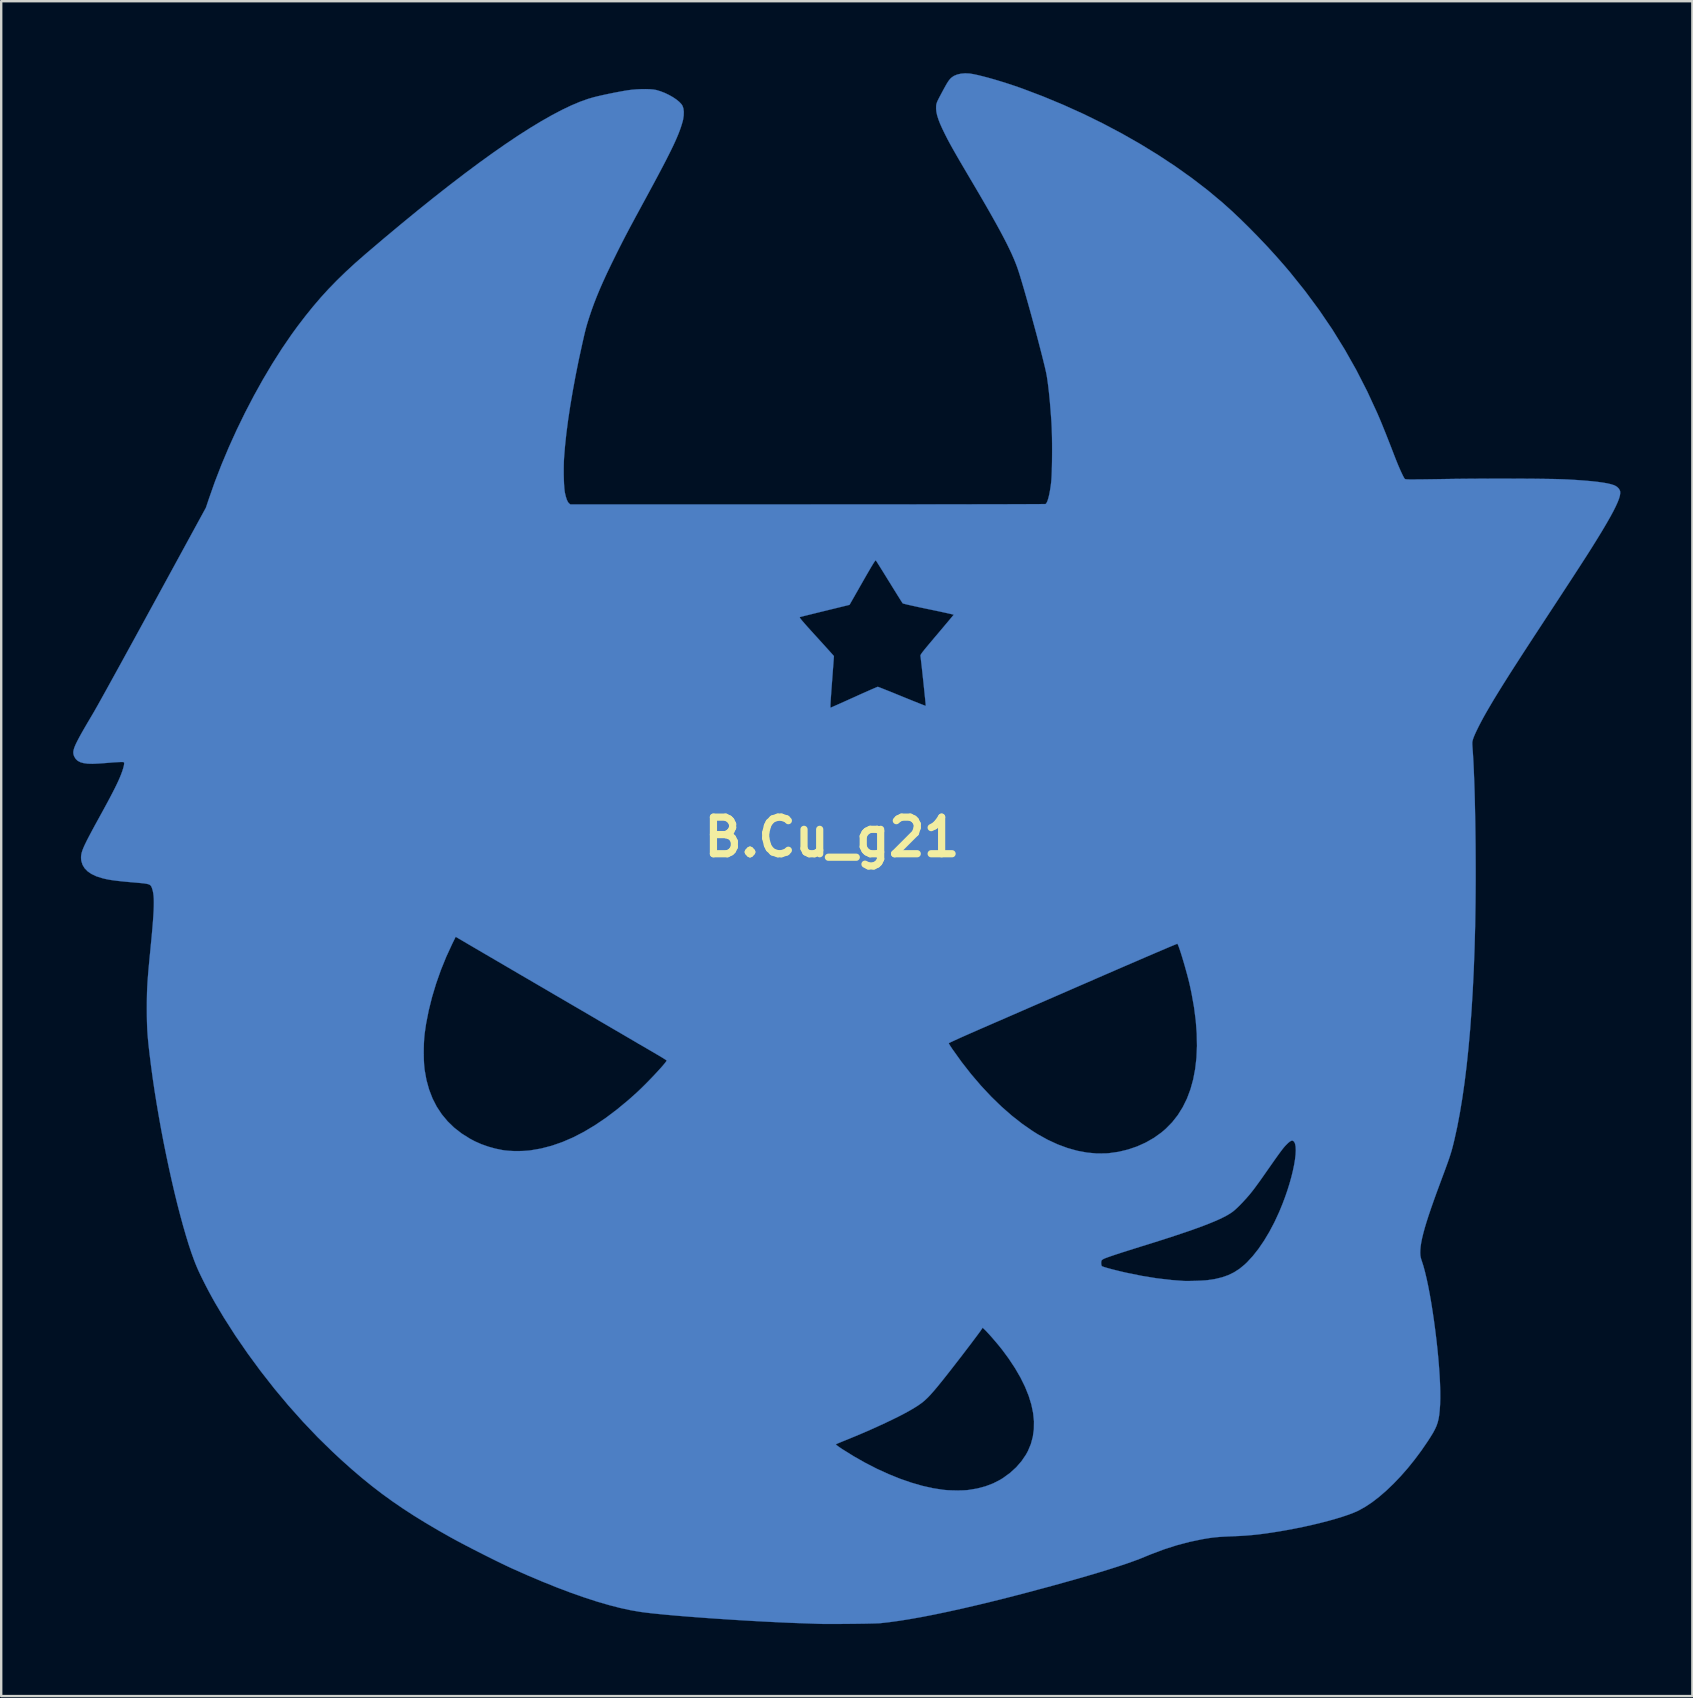
<source format=kicad_pcb>
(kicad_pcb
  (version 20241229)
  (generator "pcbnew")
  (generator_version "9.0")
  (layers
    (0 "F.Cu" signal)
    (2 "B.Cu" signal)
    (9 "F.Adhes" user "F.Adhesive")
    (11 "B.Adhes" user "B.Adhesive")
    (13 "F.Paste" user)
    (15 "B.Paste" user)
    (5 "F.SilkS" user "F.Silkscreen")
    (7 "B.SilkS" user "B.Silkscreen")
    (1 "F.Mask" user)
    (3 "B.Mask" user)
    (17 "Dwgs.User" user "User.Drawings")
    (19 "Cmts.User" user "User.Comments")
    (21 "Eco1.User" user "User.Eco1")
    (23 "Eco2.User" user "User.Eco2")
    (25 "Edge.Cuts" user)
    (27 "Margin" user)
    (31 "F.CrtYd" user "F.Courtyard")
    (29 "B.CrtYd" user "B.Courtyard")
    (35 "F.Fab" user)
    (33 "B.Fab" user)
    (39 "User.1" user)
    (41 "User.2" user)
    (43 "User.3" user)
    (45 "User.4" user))
  (footprint "B.Cu_g21"
    (layer "F.Cu")
    (at 31.609 31.83)
    (property "Reference" "B.Cu_g21" (at 0 0 0) (layer "F.SilkS") (effects (font (size 1.524 1.524) (thickness 0.3))))
    (attr through_hole)
    (fp_poly (pts (xy 5.739 -31.816) (xy 5.755 -31.814) (xy 5.901 -31.789) (xy 6.081 -31.751) (xy 6.289 -31.7) (xy 6.521 -31.639) (xy 6.772 -31.568) (xy 7.035 -31.489) (xy 7.305 -31.404) (xy 7.578 -31.314) (xy 7.847 -31.221) (xy 7.948 -31.185) (xy 8.8 -30.862) (xy 9.643 -30.511) (xy 10.473 -30.136) (xy 11.286 -29.737) (xy 12.081 -29.317) (xy 12.853 -28.877) (xy 13.6 -28.418) (xy 14.318 -27.944) (xy 15.004 -27.455) (xy 15.656 -26.954) (xy 16.269 -26.442) (xy 16.298 -26.416) (xy 16.647 -26.103) (xy 17.011 -25.76) (xy 17.384 -25.393) (xy 17.76 -25.01) (xy 18.134 -24.616) (xy 18.497 -24.218) (xy 18.845 -23.822) (xy 19.08 -23.546) (xy 19.708 -22.763) (xy 20.298 -21.966) (xy 20.851 -21.152) (xy 21.367 -20.317) (xy 21.85 -19.461) (xy 22.301 -18.579) (xy 22.721 -17.67) (xy 22.828 -17.421) (xy 22.894 -17.264) (xy 22.973 -17.069) (xy 23.066 -16.839) (xy 23.17 -16.575) (xy 23.286 -16.28) (xy 23.411 -15.956) (xy 23.463 -15.822) (xy 23.533 -15.645) (xy 23.603 -15.475) (xy 23.671 -15.318) (xy 23.734 -15.18) (xy 23.789 -15.066) (xy 23.834 -14.981) (xy 23.864 -14.936) (xy 23.871 -14.928) (xy 23.88 -14.922) (xy 23.896 -14.917) (xy 23.921 -14.913) (xy 23.956 -14.909) (xy 24.006 -14.907) (xy 24.073 -14.905) (xy 24.16 -14.905) (xy 24.269 -14.905) (xy 24.403 -14.906) (xy 24.565 -14.907) (xy 24.758 -14.91) (xy 24.985 -14.913) (xy 25.247 -14.917) (xy 25.549 -14.922) (xy 25.616 -14.923) (xy 25.963 -14.928) (xy 26.323 -14.932) (xy 26.692 -14.935) (xy 27.067 -14.937) (xy 27.443 -14.939) (xy 27.818 -14.939) (xy 28.187 -14.939) (xy 28.547 -14.938) (xy 28.894 -14.936) (xy 29.225 -14.934) (xy 29.535 -14.93) (xy 29.822 -14.926) (xy 30.081 -14.922) (xy 30.309 -14.916) (xy 30.502 -14.91) (xy 30.656 -14.903) (xy 30.66 -14.903) (xy 31.029 -14.881) (xy 31.358 -14.857) (xy 31.649 -14.832) (xy 31.902 -14.804) (xy 32.119 -14.774) (xy 32.303 -14.742) (xy 32.455 -14.707) (xy 32.576 -14.669) (xy 32.619 -14.652) (xy 32.717 -14.593) (xy 32.793 -14.515) (xy 32.837 -14.428) (xy 32.84 -14.415) (xy 32.845 -14.336) (xy 32.831 -14.234) (xy 32.796 -14.111) (xy 32.739 -13.962) (xy 32.66 -13.788) (xy 32.559 -13.585) (xy 32.434 -13.354) (xy 32.284 -13.091) (xy 32.169 -12.895) (xy 32.089 -12.761) (xy 32.008 -12.627) (xy 31.924 -12.49) (xy 31.836 -12.347) (xy 31.742 -12.197) (xy 31.642 -12.036) (xy 31.533 -11.864) (xy 31.414 -11.678) (xy 31.283 -11.475) (xy 31.14 -11.253) (xy 30.983 -11.011) (xy 30.81 -10.745) (xy 30.619 -10.453) (xy 30.411 -10.134) (xy 30.182 -9.784) (xy 29.932 -9.403) (xy 29.838 -9.26) (xy 29.552 -8.823) (xy 29.287 -8.419) (xy 29.044 -8.046) (xy 28.82 -7.702) (xy 28.615 -7.384) (xy 28.426 -7.091) (xy 28.253 -6.821) (xy 28.095 -6.571) (xy 27.949 -6.339) (xy 27.815 -6.123) (xy 27.691 -5.922) (xy 27.576 -5.733) (xy 27.469 -5.553) (xy 27.368 -5.381) (xy 27.271 -5.215) (xy 27.269 -5.211) (xy 27.154 -5.007) (xy 27.047 -4.808) (xy 26.949 -4.619) (xy 26.864 -4.446) (xy 26.794 -4.295) (xy 26.742 -4.172) (xy 26.724 -4.121) (xy 26.702 -4.052) (xy 26.688 -3.996) (xy 26.681 -3.94) (xy 26.681 -3.873) (xy 26.686 -3.782) (xy 26.691 -3.713) (xy 26.71 -3.442) (xy 26.728 -3.132) (xy 26.744 -2.787) (xy 26.759 -2.41) (xy 26.773 -2.005) (xy 26.785 -1.577) (xy 26.795 -1.128) (xy 26.804 -0.661) (xy 26.811 -0.182) (xy 26.817 0.307) (xy 26.82 0.802) (xy 26.822 1.3) (xy 26.822 1.796) (xy 26.819 2.288) (xy 26.815 2.741) (xy 26.8 3.702) (xy 26.775 4.632) (xy 26.742 5.531) (xy 26.699 6.398) (xy 26.648 7.232) (xy 26.589 8.032) (xy 26.52 8.797) (xy 26.444 9.526) (xy 26.359 10.219) (xy 26.265 10.874) (xy 26.163 11.49) (xy 26.053 12.068) (xy 25.935 12.604) (xy 25.884 12.815) (xy 25.858 12.916) (xy 25.832 13.013) (xy 25.804 13.11) (xy 25.773 13.211) (xy 25.738 13.32) (xy 25.696 13.444) (xy 25.646 13.585) (xy 25.587 13.748) (xy 25.517 13.939) (xy 25.434 14.161) (xy 25.364 14.351) (xy 25.213 14.758) (xy 25.079 15.129) (xy 24.961 15.466) (xy 24.858 15.771) (xy 24.77 16.046) (xy 24.696 16.294) (xy 24.636 16.516) (xy 24.588 16.716) (xy 24.552 16.896) (xy 24.528 17.057) (xy 24.515 17.202) (xy 24.512 17.314) (xy 24.517 17.421) (xy 24.535 17.521) (xy 24.569 17.635) (xy 24.576 17.653) (xy 24.643 17.862) (xy 24.71 18.109) (xy 24.777 18.39) (xy 24.843 18.7) (xy 24.907 19.034) (xy 24.969 19.389) (xy 25.028 19.76) (xy 25.084 20.142) (xy 25.136 20.532) (xy 25.184 20.924) (xy 25.227 21.314) (xy 25.264 21.699) (xy 25.295 22.073) (xy 25.319 22.432) (xy 25.337 22.772) (xy 25.346 23.088) (xy 25.347 23.376) (xy 25.34 23.632) (xy 25.338 23.67) (xy 25.322 23.887) (xy 25.303 24.073) (xy 25.276 24.236) (xy 25.239 24.384) (xy 25.19 24.526) (xy 25.125 24.669) (xy 25.042 24.823) (xy 24.937 24.994) (xy 24.831 25.159) (xy 24.562 25.552) (xy 24.281 25.929) (xy 23.992 26.288) (xy 23.696 26.625) (xy 23.397 26.938) (xy 23.097 27.225) (xy 22.8 27.482) (xy 22.507 27.708) (xy 22.221 27.898) (xy 21.946 28.052) (xy 21.921 28.064) (xy 21.741 28.143) (xy 21.524 28.226) (xy 21.274 28.31) (xy 20.993 28.396) (xy 20.688 28.482) (xy 20.362 28.566) (xy 20.019 28.649) (xy 19.664 28.728) (xy 19.3 28.802) (xy 18.933 28.871) (xy 18.7 28.912) (xy 18.37 28.965) (xy 18.071 29.009) (xy 17.794 29.045) (xy 17.528 29.073) (xy 17.266 29.095) (xy 16.995 29.112) (xy 16.708 29.125) (xy 16.705 29.125) (xy 16.49 29.134) (xy 16.308 29.143) (xy 16.151 29.153) (xy 16.01 29.165) (xy 15.876 29.179) (xy 15.739 29.198) (xy 15.592 29.221) (xy 15.425 29.25) (xy 15.399 29.255) (xy 14.893 29.361) (xy 14.372 29.499) (xy 13.843 29.668) (xy 13.315 29.866) (xy 13.07 29.966) (xy 12.841 30.06) (xy 12.576 30.159) (xy 12.275 30.266) (xy 11.936 30.379) (xy 11.559 30.499) (xy 11.143 30.627) (xy 10.688 30.762) (xy 10.192 30.905) (xy 9.656 31.056) (xy 9.599 31.072) (xy 8.83 31.283) (xy 8.089 31.481) (xy 7.375 31.666) (xy 6.69 31.838) (xy 6.035 31.996) (xy 5.411 32.141) (xy 4.82 32.271) (xy 4.261 32.388) (xy 3.737 32.49) (xy 3.247 32.577) (xy 2.794 32.649) (xy 2.379 32.706) (xy 2.021 32.746) (xy 1.958 32.75) (xy 1.858 32.754) (xy 1.726 32.758) (xy 1.567 32.762) (xy 1.386 32.766) (xy 1.189 32.769) (xy 0.98 32.772) (xy 0.765 32.774) (xy 0.55 32.776) (xy 0.338 32.778) (xy 0.136 32.779) (xy -0.052 32.779) (xy -0.22 32.779) (xy -0.363 32.778) (xy -0.476 32.776) (xy -0.519 32.774) (xy -0.589 32.772) (xy -0.695 32.768) (xy -0.828 32.763) (xy -0.981 32.758) (xy -1.148 32.752) (xy -1.319 32.746) (xy -1.355 32.745) (xy -1.729 32.731) (xy -2.121 32.714) (xy -2.527 32.694) (xy -2.944 32.673) (xy -3.369 32.649) (xy -3.798 32.624) (xy -4.226 32.597) (xy -4.652 32.569) (xy -5.071 32.541) (xy -5.48 32.511) (xy -5.875 32.481) (xy -6.252 32.451) (xy -6.609 32.421) (xy -6.941 32.391) (xy -7.245 32.361) (xy -7.518 32.333) (xy -7.756 32.305) (xy -7.956 32.279) (xy -7.969 32.277) (xy -8.38 32.207) (xy -8.823 32.111) (xy -9.295 31.989) (xy -9.797 31.843) (xy -10.325 31.671) (xy -10.88 31.476) (xy -11.459 31.257) (xy -12.06 31.015) (xy -12.684 30.751) (xy -13.327 30.465) (xy -13.388 30.437) (xy -13.556 30.358) (xy -13.755 30.263) (xy -13.978 30.154) (xy -14.218 30.035) (xy -14.468 29.91) (xy -14.723 29.781) (xy -14.975 29.652) (xy -15.217 29.527) (xy -15.444 29.408) (xy -15.647 29.299) (xy -15.822 29.204) (xy -15.845 29.192) (xy -16.401 28.877) (xy -16.922 28.57) (xy -17.412 28.268) (xy -17.878 27.965) (xy -18.323 27.66) (xy -18.754 27.347) (xy -19.175 27.023) (xy -19.592 26.684) (xy -20.01 26.327) (xy -20.434 25.948) (xy -20.801 25.607) (xy -21.12 25.295) (xy 0.163 25.295) (xy 0.174 25.31) (xy 0.215 25.344) (xy 0.282 25.393) (xy 0.367 25.452) (xy 0.438 25.499) (xy 0.915 25.796) (xy 1.397 26.069) (xy 1.881 26.317) (xy 2.364 26.537) (xy 2.841 26.73) (xy 3.309 26.892) (xy 3.765 27.024) (xy 4.206 27.123) (xy 4.627 27.188) (xy 4.699 27.196) (xy 4.834 27.207) (xy 4.992 27.213) (xy 5.161 27.217) (xy 5.33 27.216) (xy 5.487 27.212) (xy 5.619 27.204) (xy 5.673 27.199) (xy 6.049 27.137) (xy 6.397 27.045) (xy 6.72 26.922) (xy 7.019 26.768) (xy 7.128 26.701) (xy 7.419 26.489) (xy 7.677 26.255) (xy 7.899 26) (xy 8.085 25.727) (xy 8.168 25.575) (xy 8.29 25.285) (xy 8.372 24.981) (xy 8.416 24.663) (xy 8.42 24.333) (xy 8.385 23.991) (xy 8.311 23.637) (xy 8.199 23.273) (xy 8.048 22.898) (xy 7.859 22.514) (xy 7.631 22.121) (xy 7.366 21.721) (xy 7.122 21.389) (xy 7.031 21.273) (xy 6.926 21.144) (xy 6.813 21.01) (xy 6.699 20.877) (xy 6.589 20.752) (xy 6.489 20.643) (xy 6.407 20.556) (xy 6.371 20.521) (xy 6.282 20.436) (xy 6.247 20.488) (xy 6.193 20.567) (xy 6.115 20.674) (xy 6.016 20.807) (xy 5.901 20.96) (xy 5.773 21.131) (xy 5.633 21.314) (xy 5.486 21.507) (xy 5.335 21.704) (xy 5.182 21.901) (xy 5.031 22.096) (xy 4.885 22.283) (xy 4.747 22.458) (xy 4.62 22.618) (xy 4.507 22.758) (xy 4.412 22.875) (xy 4.375 22.92) (xy 4.225 23.096) (xy 4.094 23.244) (xy 3.972 23.369) (xy 3.854 23.479) (xy 3.732 23.577) (xy 3.598 23.672) (xy 3.447 23.768) (xy 3.27 23.872) (xy 3.207 23.909) (xy 3.008 24.017) (xy 2.775 24.138) (xy 2.513 24.267) (xy 2.228 24.403) (xy 1.925 24.543) (xy 1.61 24.685) (xy 1.288 24.825) (xy 0.964 24.962) (xy 0.646 25.093) (xy 0.514 25.146) (xy 0.395 25.195) (xy 0.295 25.236) (xy 0.219 25.269) (xy 0.174 25.289) (xy 0.163 25.295) (xy -21.12 25.295) (xy -21.424 24.998) (xy -22.039 24.351) (xy -22.643 23.674) (xy -23.231 22.97) (xy -23.798 22.246) (xy -24.341 21.507) (xy -24.856 20.759) (xy -25.337 20.006) (xy -25.686 19.42) (xy -25.81 19.2) (xy -25.938 18.966) (xy -26.064 18.726) (xy -26.184 18.49) (xy -26.295 18.265) (xy -26.391 18.061) (xy -26.458 17.908) (xy -26.541 17.703) (xy 11.22 17.703) (xy 11.22 17.773) (xy 11.231 17.836) (xy 11.248 17.87) (xy 11.28 17.887) (xy 11.349 17.911) (xy 11.449 17.941) (xy 11.576 17.977) (xy 11.726 18.016) (xy 11.892 18.058) (xy 12.071 18.101) (xy 12.258 18.144) (xy 12.277 18.148) (xy 12.916 18.278) (xy 13.534 18.378) (xy 14.139 18.449) (xy 14.637 18.487) (xy 14.729 18.49) (xy 14.852 18.49) (xy 14.996 18.488) (xy 15.151 18.484) (xy 15.305 18.478) (xy 15.448 18.471) (xy 15.569 18.463) (xy 15.653 18.455) (xy 15.973 18.406) (xy 16.26 18.336) (xy 16.52 18.244) (xy 16.759 18.127) (xy 16.982 17.983) (xy 17.195 17.808) (xy 17.291 17.718) (xy 17.535 17.454) (xy 17.774 17.152) (xy 18.005 16.813) (xy 18.227 16.442) (xy 18.439 16.041) (xy 18.637 15.613) (xy 18.773 15.282) (xy 18.883 14.991) (xy 18.982 14.703) (xy 19.07 14.421) (xy 19.146 14.149) (xy 19.209 13.889) (xy 19.26 13.645) (xy 19.297 13.421) (xy 19.32 13.218) (xy 19.328 13.041) (xy 19.321 12.892) (xy 19.299 12.774) (xy 19.26 12.691) (xy 19.244 12.673) (xy 19.2 12.645) (xy 19.15 12.645) (xy 19.088 12.675) (xy 19.011 12.737) (xy 18.934 12.813) (xy 18.894 12.854) (xy 18.853 12.9) (xy 18.808 12.954) (xy 18.757 13.019) (xy 18.698 13.097) (xy 18.628 13.192) (xy 18.546 13.306) (xy 18.448 13.443) (xy 18.334 13.606) (xy 18.2 13.797) (xy 18.044 14.02) (xy 18.027 14.044) (xy 17.93 14.183) (xy 17.827 14.328) (xy 17.725 14.468) (xy 17.632 14.595) (xy 17.552 14.701) (xy 17.521 14.741) (xy 17.409 14.881) (xy 17.283 15.026) (xy 17.151 15.171) (xy 17.02 15.309) (xy 16.895 15.433) (xy 16.783 15.535) (xy 16.703 15.601) (xy 16.597 15.674) (xy 16.47 15.751) (xy 16.32 15.83) (xy 16.147 15.914) (xy 15.948 16.002) (xy 15.722 16.095) (xy 15.467 16.194) (xy 15.181 16.299) (xy 14.864 16.411) (xy 14.513 16.53) (xy 14.127 16.658) (xy 13.704 16.794) (xy 13.243 16.94) (xy 12.89 17.049) (xy 12.574 17.148) (xy 12.289 17.238) (xy 12.038 17.318) (xy 11.822 17.389) (xy 11.641 17.45) (xy 11.498 17.5) (xy 11.392 17.539) (xy 11.326 17.568) (xy 11.321 17.57) (xy 11.269 17.603) (xy 11.235 17.636) (xy 11.232 17.643) (xy 11.22 17.703) (xy -26.541 17.703) (xy -26.568 17.634) (xy -26.682 17.32) (xy -26.798 16.971) (xy -26.915 16.588) (xy -27.034 16.176) (xy -27.153 15.738) (xy -27.273 15.275) (xy -27.391 14.793) (xy -27.507 14.293) (xy -27.621 13.778) (xy -27.732 13.253) (xy -27.84 12.72) (xy -27.943 12.181) (xy -28.04 11.641) (xy -28.132 11.102) (xy -28.218 10.568) (xy -28.296 10.041) (xy -28.366 9.524) (xy -28.383 9.387) (xy -28.419 9.097) (xy -28.424 9.053) (xy -17.005 9.053) (xy -17 9.277) (xy -16.989 9.484) (xy -16.972 9.661) (xy -16.968 9.694) (xy -16.892 10.117) (xy -16.782 10.513) (xy -16.64 10.883) (xy -16.464 11.227) (xy -16.254 11.545) (xy -16.011 11.837) (xy -15.735 12.104) (xy -15.424 12.346) (xy -15.08 12.562) (xy -14.87 12.673) (xy -14.608 12.789) (xy -14.321 12.891) (xy -14.024 12.974) (xy -13.732 13.034) (xy -13.644 13.048) (xy -13.463 13.066) (xy -13.255 13.076) (xy -13.037 13.077) (xy -12.821 13.071) (xy -12.625 13.056) (xy -12.558 13.048) (xy -12.119 12.972) (xy -11.677 12.857) (xy -11.232 12.703) (xy -10.784 12.51) (xy -10.331 12.276) (xy -9.874 12.003) (xy -9.411 11.69) (xy -8.942 11.335) (xy -8.466 10.94) (xy -8.136 10.645) (xy -8.023 10.539) (xy -7.9 10.42) (xy -7.771 10.292) (xy -7.64 10.159) (xy -7.509 10.024) (xy -7.382 9.89) (xy -7.263 9.762) (xy -7.154 9.642) (xy -7.059 9.535) (xy -6.982 9.444) (xy -6.925 9.372) (xy -6.892 9.324) (xy -6.886 9.304) (xy -6.906 9.287) (xy -6.956 9.253) (xy -7.032 9.205) (xy -7.127 9.147) (xy -7.236 9.082) (xy -7.241 9.079) (xy -7.309 9.04) (xy -7.41 8.98) (xy -7.542 8.903) (xy -7.701 8.81) (xy -7.884 8.703) (xy -8.087 8.585) (xy 4.868 8.585) (xy 4.88 8.61) (xy 4.911 8.663) (xy 4.957 8.735) (xy 5.013 8.82) (xy 5.019 8.828) (xy 5.402 9.363) (xy 5.799 9.871) (xy 6.209 10.351) (xy 6.628 10.8) (xy 7.056 11.216) (xy 7.49 11.597) (xy 7.928 11.941) (xy 8.368 12.246) (xy 8.58 12.379) (xy 8.991 12.607) (xy 9.404 12.798) (xy 9.817 12.951) (xy 10.228 13.066) (xy 10.634 13.141) (xy 11.034 13.178) (xy 11.425 13.174) (xy 11.543 13.165) (xy 11.946 13.108) (xy 12.339 13.013) (xy 12.718 12.884) (xy 13.079 12.721) (xy 13.418 12.527) (xy 13.732 12.302) (xy 13.912 12.148) (xy 14.179 11.876) (xy 14.415 11.575) (xy 14.62 11.245) (xy 14.796 10.887) (xy 14.94 10.502) (xy 15.054 10.09) (xy 15.137 9.652) (xy 15.19 9.188) (xy 15.211 8.699) (xy 15.202 8.186) (xy 15.161 7.648) (xy 15.089 7.087) (xy 14.985 6.504) (xy 14.92 6.198) (xy 14.886 6.051) (xy 14.845 5.888) (xy 14.799 5.713) (xy 14.749 5.532) (xy 14.698 5.349) (xy 14.645 5.169) (xy 14.594 4.999) (xy 14.545 4.842) (xy 14.5 4.703) (xy 14.46 4.588) (xy 14.427 4.503) (xy 14.403 4.45) (xy 14.395 4.439) (xy 14.374 4.446) (xy 14.317 4.469) (xy 14.225 4.507) (xy 14.099 4.559) (xy 13.943 4.625) (xy 13.758 4.704) (xy 13.546 4.794) (xy 13.309 4.896) (xy 13.049 5.007) (xy 12.768 5.129) (xy 12.468 5.258) (xy 12.15 5.395) (xy 11.818 5.539) (xy 11.472 5.689) (xy 11.115 5.844) (xy 10.974 5.906) (xy 10.588 6.074) (xy 10.198 6.243) (xy 9.807 6.414) (xy 9.419 6.583) (xy 9.035 6.75) (xy 8.659 6.913) (xy 8.296 7.071) (xy 7.946 7.223) (xy 7.615 7.368) (xy 7.304 7.503) (xy 7.017 7.628) (xy 6.758 7.74) (xy 6.529 7.84) (xy 6.333 7.925) (xy 6.218 7.975) (xy 5.993 8.074) (xy 5.779 8.167) (xy 5.581 8.255) (xy 5.4 8.335) (xy 5.241 8.407) (xy 5.106 8.469) (xy 4.998 8.519) (xy 4.921 8.556) (xy 4.877 8.578) (xy 4.868 8.585) (xy -8.087 8.585) (xy -8.089 8.584) (xy -8.311 8.454) (xy -8.549 8.315) (xy -8.798 8.169) (xy -9.056 8.019) (xy -9.319 7.865) (xy -9.43 7.8) (xy -9.739 7.62) (xy -10.074 7.423) (xy -10.43 7.215) (xy -10.799 7) (xy -11.175 6.78) (xy -11.551 6.561) (xy -11.919 6.345) (xy -12.274 6.138) (xy -12.608 5.943) (xy -12.915 5.764) (xy -13.018 5.704) (xy -13.279 5.551) (xy -13.539 5.399) (xy -13.793 5.25) (xy -14.038 5.107) (xy -14.271 4.971) (xy -14.488 4.844) (xy -14.686 4.728) (xy -14.862 4.625) (xy -15.011 4.538) (xy -15.131 4.468) (xy -15.217 4.417) (xy -15.219 4.416) (xy -15.674 4.15) (xy -15.817 4.44) (xy -16.066 4.98) (xy -16.291 5.535) (xy -16.49 6.099) (xy -16.66 6.665) (xy -16.8 7.227) (xy -16.908 7.777) (xy -16.968 8.191) (xy -16.986 8.38) (xy -16.998 8.593) (xy -17.004 8.821) (xy -17.005 9.053) (xy -28.424 9.053) (xy -28.449 8.842) (xy -28.474 8.615) (xy -28.494 8.409) (xy -28.51 8.218) (xy -28.522 8.035) (xy -28.53 7.852) (xy -28.536 7.664) (xy -28.539 7.462) (xy -28.54 7.241) (xy -28.541 7.144) (xy -28.54 6.963) (xy -28.539 6.797) (xy -28.537 6.643) (xy -28.534 6.496) (xy -28.529 6.351) (xy -28.522 6.203) (xy -28.513 6.049) (xy -28.501 5.883) (xy -28.487 5.701) (xy -28.47 5.498) (xy -28.449 5.27) (xy -28.425 5.013) (xy -28.396 4.721) (xy -28.374 4.487) (xy -28.339 4.13) (xy -28.311 3.812) (xy -28.288 3.531) (xy -28.27 3.283) (xy -28.257 3.065) (xy -28.25 2.875) (xy -28.248 2.711) (xy -28.251 2.568) (xy -28.26 2.445) (xy -28.273 2.339) (xy -28.291 2.246) (xy -28.311 2.171) (xy -28.333 2.105) (xy -28.356 2.053) (xy -28.384 2.012) (xy -28.424 1.981) (xy -28.48 1.958) (xy -28.558 1.94) (xy -28.663 1.924) (xy -28.8 1.91) (xy -28.967 1.895) (xy -29.223 1.873) (xy -29.441 1.853) (xy -29.627 1.834) (xy -29.786 1.816) (xy -29.922 1.799) (xy -30.041 1.782) (xy -30.146 1.764) (xy -30.244 1.744) (xy -30.339 1.722) (xy -30.416 1.702) (xy -30.65 1.627) (xy -30.848 1.532) (xy -31.01 1.421) (xy -31.135 1.292) (xy -31.222 1.146) (xy -31.271 0.985) (xy -31.279 0.914) (xy -31.282 0.851) (xy -31.28 0.787) (xy -31.271 0.721) (xy -31.256 0.649) (xy -31.231 0.569) (xy -31.197 0.476) (xy -31.151 0.369) (xy -31.092 0.245) (xy -31.02 0.099) (xy -30.932 -0.07) (xy -30.828 -0.266) (xy -30.706 -0.492) (xy -30.564 -0.75) (xy -30.511 -0.847) (xy -30.348 -1.144) (xy -30.205 -1.408) (xy -30.08 -1.642) (xy -29.972 -1.849) (xy -29.879 -2.031) (xy -29.799 -2.194) (xy -29.731 -2.338) (xy -29.674 -2.468) (xy -29.667 -2.484) (xy -29.607 -2.633) (xy -29.556 -2.774) (xy -29.518 -2.901) (xy -29.493 -3.005) (xy -29.485 -3.074) (xy -29.487 -3.106) (xy -29.499 -3.123) (xy -29.532 -3.131) (xy -29.594 -3.132) (xy -29.617 -3.132) (xy -29.695 -3.13) (xy -29.799 -3.125) (xy -29.914 -3.118) (xy -29.993 -3.112) (xy -30.109 -3.102) (xy -30.25 -3.091) (xy -30.4 -3.08) (xy -30.541 -3.07) (xy -30.556 -3.069) (xy -30.798 -3.058) (xy -31.003 -3.063) (xy -31.173 -3.086) (xy -31.312 -3.125) (xy -31.422 -3.183) (xy -31.504 -3.26) (xy -31.562 -3.354) (xy -31.583 -3.405) (xy -31.597 -3.455) (xy -31.604 -3.509) (xy -31.603 -3.567) (xy -31.591 -3.634) (xy -31.569 -3.711) (xy -31.535 -3.801) (xy -31.487 -3.907) (xy -31.425 -4.031) (xy -31.348 -4.177) (xy -31.254 -4.347) (xy -31.142 -4.543) (xy -31.011 -4.768) (xy -30.859 -5.025) (xy -30.752 -5.207) (xy -30.712 -5.276) (xy -30.653 -5.381) (xy -30.575 -5.518) (xy -30.481 -5.687) (xy -30.371 -5.885) (xy -30.246 -6.11) (xy -30.108 -6.36) (xy -29.957 -6.634) (xy -29.795 -6.928) (xy -29.622 -7.242) (xy -29.441 -7.573) (xy -29.251 -7.919) (xy -29.054 -8.278) (xy -28.851 -8.649) (xy -28.644 -9.028) (xy -28.572 -9.16) (xy -1.341 -9.16) (xy -1.331 -9.138) (xy -1.306 -9.102) (xy -1.264 -9.049) (xy -1.203 -8.977) (xy -1.122 -8.884) (xy -1.019 -8.767) (xy -0.891 -8.625) (xy -0.737 -8.455) (xy -0.645 -8.354) (xy -0.503 -8.198) (xy -0.371 -8.053) (xy -0.251 -7.92) (xy -0.144 -7.802) (xy -0.055 -7.703) (xy 0.014 -7.626) (xy 0.061 -7.573) (xy 0.083 -7.547) (xy 0.085 -7.545) (xy 0.083 -7.523) (xy 0.079 -7.463) (xy 0.072 -7.369) (xy 0.063 -7.245) (xy 0.052 -7.096) (xy 0.039 -6.925) (xy 0.025 -6.738) (xy 0.011 -6.547) (xy -0.008 -6.296) (xy -0.024 -6.084) (xy -0.036 -5.907) (xy -0.046 -5.764) (xy -0.053 -5.649) (xy -0.058 -5.561) (xy -0.061 -5.495) (xy -0.061 -5.45) (xy -0.06 -5.42) (xy -0.057 -5.404) (xy -0.052 -5.398) (xy -0.05 -5.397) (xy -0.028 -5.406) (xy 0.028 -5.43) (xy 0.115 -5.469) (xy 0.23 -5.52) (xy 0.368 -5.581) (xy 0.526 -5.652) (xy 0.701 -5.731) (xy 0.888 -5.815) (xy 0.924 -5.831) (xy 1.113 -5.917) (xy 1.291 -5.997) (xy 1.454 -6.069) (xy 1.598 -6.133) (xy 1.72 -6.186) (xy 1.815 -6.227) (xy 1.88 -6.254) (xy 1.911 -6.265) (xy 1.913 -6.265) (xy 1.937 -6.258) (xy 1.997 -6.235) (xy 2.089 -6.2) (xy 2.208 -6.152) (xy 2.351 -6.095) (xy 2.514 -6.03) (xy 2.692 -5.957) (xy 2.883 -5.879) (xy 2.922 -5.863) (xy 3.114 -5.785) (xy 3.294 -5.712) (xy 3.458 -5.646) (xy 3.603 -5.588) (xy 3.724 -5.54) (xy 3.818 -5.504) (xy 3.881 -5.48) (xy 3.91 -5.471) (xy 3.911 -5.471) (xy 3.911 -5.492) (xy 3.906 -5.551) (xy 3.897 -5.642) (xy 3.886 -5.761) (xy 3.871 -5.902) (xy 3.855 -6.06) (xy 3.837 -6.231) (xy 3.819 -6.41) (xy 3.799 -6.592) (xy 3.78 -6.771) (xy 3.761 -6.944) (xy 3.744 -7.104) (xy 3.727 -7.247) (xy 3.713 -7.369) (xy 3.702 -7.464) (xy 3.694 -7.528) (xy 3.691 -7.547) (xy 3.69 -7.563) (xy 3.694 -7.583) (xy 3.706 -7.609) (xy 3.727 -7.643) (xy 3.759 -7.689) (xy 3.806 -7.75) (xy 3.868 -7.828) (xy 3.948 -7.925) (xy 4.049 -8.046) (xy 4.172 -8.192) (xy 4.319 -8.367) (xy 4.375 -8.432) (xy 4.51 -8.592) (xy 4.637 -8.743) (xy 4.752 -8.88) (xy 4.854 -9.001) (xy 4.94 -9.104) (xy 5.007 -9.184) (xy 5.052 -9.239) (xy 5.074 -9.266) (xy 5.075 -9.268) (xy 5.056 -9.275) (xy 4.999 -9.29) (xy 4.909 -9.311) (xy 4.789 -9.338) (xy 4.642 -9.37) (xy 4.474 -9.407) (xy 4.287 -9.446) (xy 4.086 -9.488) (xy 4.027 -9.5) (xy 3.822 -9.543) (xy 3.628 -9.584) (xy 3.451 -9.623) (xy 3.295 -9.657) (xy 3.163 -9.687) (xy 3.059 -9.712) (xy 2.988 -9.73) (xy 2.953 -9.742) (xy 2.95 -9.743) (xy 2.935 -9.766) (xy 2.899 -9.821) (xy 2.846 -9.905) (xy 2.778 -10.014) (xy 2.696 -10.145) (xy 2.604 -10.293) (xy 2.503 -10.456) (xy 2.396 -10.63) (xy 2.392 -10.636) (xy 2.284 -10.81) (xy 2.183 -10.974) (xy 2.09 -11.124) (xy 2.008 -11.255) (xy 1.938 -11.366) (xy 1.885 -11.451) (xy 1.848 -11.507) (xy 1.831 -11.532) (xy 1.831 -11.532) (xy 1.822 -11.532) (xy 1.805 -11.516) (xy 1.779 -11.482) (xy 1.742 -11.428) (xy 1.694 -11.35) (xy 1.632 -11.247) (xy 1.555 -11.115) (xy 1.461 -10.954) (xy 1.349 -10.759) (xy 1.27 -10.62) (xy 0.735 -9.681) (xy -0.283 -9.432) (xy -0.485 -9.383) (xy -0.675 -9.336) (xy -0.849 -9.293) (xy -1.003 -9.255) (xy -1.133 -9.223) (xy -1.234 -9.197) (xy -1.304 -9.179) (xy -1.336 -9.17) (xy -1.338 -9.169) (xy -1.341 -9.16) (xy -28.572 -9.16) (xy -28.433 -9.415) (xy -28.262 -9.727) (xy -26.08 -13.728) (xy -25.96 -14.087) (xy -25.708 -14.803) (xy -25.428 -15.526) (xy -25.123 -16.251) (xy -24.796 -16.972) (xy -24.449 -17.685) (xy -24.085 -18.384) (xy -23.707 -19.064) (xy -23.317 -19.721) (xy -22.918 -20.348) (xy -22.512 -20.942) (xy -22.264 -21.283) (xy -21.941 -21.705) (xy -21.621 -22.102) (xy -21.299 -22.479) (xy -20.967 -22.843) (xy -20.62 -23.2) (xy -20.253 -23.556) (xy -19.86 -23.918) (xy -19.434 -24.291) (xy -19.405 -24.316) (xy -18.658 -24.951) (xy -17.935 -25.554) (xy -17.238 -26.126) (xy -16.566 -26.665) (xy -15.919 -27.173) (xy -15.297 -27.649) (xy -14.701 -28.093) (xy -14.13 -28.505) (xy -13.585 -28.885) (xy -13.066 -29.233) (xy -12.572 -29.548) (xy -12.105 -29.831) (xy -11.663 -30.082) (xy -11.248 -30.3) (xy -10.859 -30.486) (xy -10.497 -30.639) (xy -10.161 -30.759) (xy -9.925 -30.828) (xy -9.75 -30.871) (xy -9.545 -30.918) (xy -9.32 -30.966) (xy -9.086 -31.014) (xy -8.855 -31.058) (xy -8.639 -31.097) (xy -8.509 -31.118) (xy -8.332 -31.141) (xy -8.143 -31.157) (xy -7.951 -31.166) (xy -7.764 -31.168) (xy -7.59 -31.163) (xy -7.441 -31.151) (xy -7.323 -31.131) (xy -7.316 -31.13) (xy -7.138 -31.076) (xy -6.958 -31.006) (xy -6.784 -30.922) (xy -6.621 -30.83) (xy -6.476 -30.732) (xy -6.356 -30.633) (xy -6.265 -30.536) (xy -6.223 -30.469) (xy -6.186 -30.359) (xy -6.17 -30.22) (xy -6.175 -30.063) (xy -6.199 -29.898) (xy -6.22 -29.813) (xy -6.256 -29.691) (xy -6.296 -29.566) (xy -6.343 -29.435) (xy -6.397 -29.295) (xy -6.459 -29.146) (xy -6.531 -28.983) (xy -6.614 -28.804) (xy -6.709 -28.608) (xy -6.817 -28.392) (xy -6.939 -28.152) (xy -7.077 -27.888) (xy -7.232 -27.595) (xy -7.404 -27.273) (xy -7.596 -26.918) (xy -7.747 -26.638) (xy -7.903 -26.352) (xy -8.04 -26.098) (xy -8.162 -25.874) (xy -8.269 -25.674) (xy -8.365 -25.496) (xy -8.451 -25.335) (xy -8.529 -25.187) (xy -8.602 -25.048) (xy -8.671 -24.915) (xy -8.739 -24.782) (xy -8.808 -24.646) (xy -8.88 -24.504) (xy -8.957 -24.35) (xy -9.003 -24.257) (xy -9.198 -23.86) (xy -9.373 -23.495) (xy -9.529 -23.155) (xy -9.668 -22.838) (xy -9.793 -22.537) (xy -9.906 -22.248) (xy -10.008 -21.966) (xy -10.082 -21.749) (xy -10.128 -21.608) (xy -10.166 -21.487) (xy -10.2 -21.376) (xy -10.231 -21.269) (xy -10.26 -21.158) (xy -10.291 -21.035) (xy -10.325 -20.892) (xy -10.363 -20.723) (xy -10.402 -20.55) (xy -10.549 -19.877) (xy -10.681 -19.219) (xy -10.799 -18.579) (xy -10.903 -17.962) (xy -10.992 -17.371) (xy -11.065 -16.808) (xy -11.121 -16.278) (xy -11.156 -15.845) (xy -11.166 -15.674) (xy -11.171 -15.487) (xy -11.173 -15.29) (xy -11.172 -15.091) (xy -11.167 -14.898) (xy -11.16 -14.719) (xy -11.149 -14.561) (xy -11.136 -14.431) (xy -11.124 -14.353) (xy -11.084 -14.185) (xy -11.04 -14.051) (xy -10.992 -13.956) (xy -10.95 -13.907) (xy -10.895 -13.864) (xy -1.008 -13.864) (xy -0.363 -13.865) (xy 0.271 -13.865) (xy 0.894 -13.865) (xy 1.503 -13.865) (xy 2.098 -13.865) (xy 2.676 -13.866) (xy 3.238 -13.866) (xy 3.781 -13.867) (xy 4.304 -13.867) (xy 4.806 -13.868) (xy 5.286 -13.868) (xy 5.741 -13.869) (xy 6.172 -13.87) (xy 6.576 -13.871) (xy 6.953 -13.871) (xy 7.301 -13.872) (xy 7.618 -13.873) (xy 7.903 -13.874) (xy 8.156 -13.875) (xy 8.374 -13.876) (xy 8.557 -13.877) (xy 8.702 -13.878) (xy 8.81 -13.879) (xy 8.878 -13.88) (xy 8.905 -13.881) (xy 8.905 -13.881) (xy 8.943 -13.926) (xy 8.982 -14.009) (xy 9.019 -14.127) (xy 9.056 -14.277) (xy 9.089 -14.454) (xy 9.12 -14.656) (xy 9.137 -14.796) (xy 9.147 -14.913) (xy 9.156 -15.067) (xy 9.163 -15.251) (xy 9.168 -15.458) (xy 9.172 -15.683) (xy 9.174 -15.92) (xy 9.175 -16.162) (xy 9.174 -16.403) (xy 9.171 -16.637) (xy 9.166 -16.858) (xy 9.16 -17.06) (xy 9.151 -17.237) (xy 9.148 -17.293) (xy 9.115 -17.748) (xy 9.081 -18.161) (xy 9.044 -18.532) (xy 9.005 -18.863) (xy 8.964 -19.152) (xy 8.951 -19.23) (xy 8.932 -19.331) (xy 8.902 -19.468) (xy 8.862 -19.639) (xy 8.813 -19.838) (xy 8.757 -20.062) (xy 8.694 -20.307) (xy 8.626 -20.569) (xy 8.554 -20.845) (xy 8.478 -21.129) (xy 8.399 -21.419) (xy 8.32 -21.71) (xy 8.24 -21.999) (xy 8.161 -22.281) (xy 8.084 -22.552) (xy 8.01 -22.81) (xy 7.94 -23.048) (xy 7.875 -23.265) (xy 7.817 -23.456) (xy 7.77 -23.601) (xy 7.714 -23.765) (xy 7.648 -23.937) (xy 7.572 -24.121) (xy 7.486 -24.317) (xy 7.386 -24.528) (xy 7.274 -24.756) (xy 7.146 -25.003) (xy 7.004 -25.271) (xy 6.844 -25.563) (xy 6.667 -25.879) (xy 6.471 -26.224) (xy 6.255 -26.597) (xy 6.018 -27.002) (xy 5.783 -27.4) (xy 5.614 -27.687) (xy 5.464 -27.942) (xy 5.332 -28.167) (xy 5.216 -28.367) (xy 5.115 -28.544) (xy 5.025 -28.702) (xy 4.946 -28.845) (xy 4.874 -28.977) (xy 4.809 -29.099) (xy 4.749 -29.217) (xy 4.71 -29.295) (xy 4.595 -29.531) (xy 4.504 -29.736) (xy 4.435 -29.917) (xy 4.385 -30.076) (xy 4.355 -30.218) (xy 4.342 -30.348) (xy 4.344 -30.454) (xy 4.348 -30.503) (xy 4.356 -30.548) (xy 4.371 -30.596) (xy 4.393 -30.654) (xy 4.427 -30.726) (xy 4.475 -30.82) (xy 4.539 -30.941) (xy 4.58 -31.018) (xy 4.665 -31.176) (xy 4.734 -31.301) (xy 4.79 -31.399) (xy 4.838 -31.475) (xy 4.88 -31.535) (xy 4.919 -31.583) (xy 4.96 -31.626) (xy 4.97 -31.636) (xy 5.078 -31.714) (xy 5.217 -31.773) (xy 5.378 -31.81) (xy 5.555 -31.825) (xy 5.739 -31.816)) (stroke (width 0.01) (type solid)) (fill yes) (layer "B.Cu")))
  (gr_rect
    (start -3 -3)
    (end 67.46 67.614)
    (stroke (width 0.1) (type default))
    (fill no)
    (layer "Edge.Cuts")))
</source>
